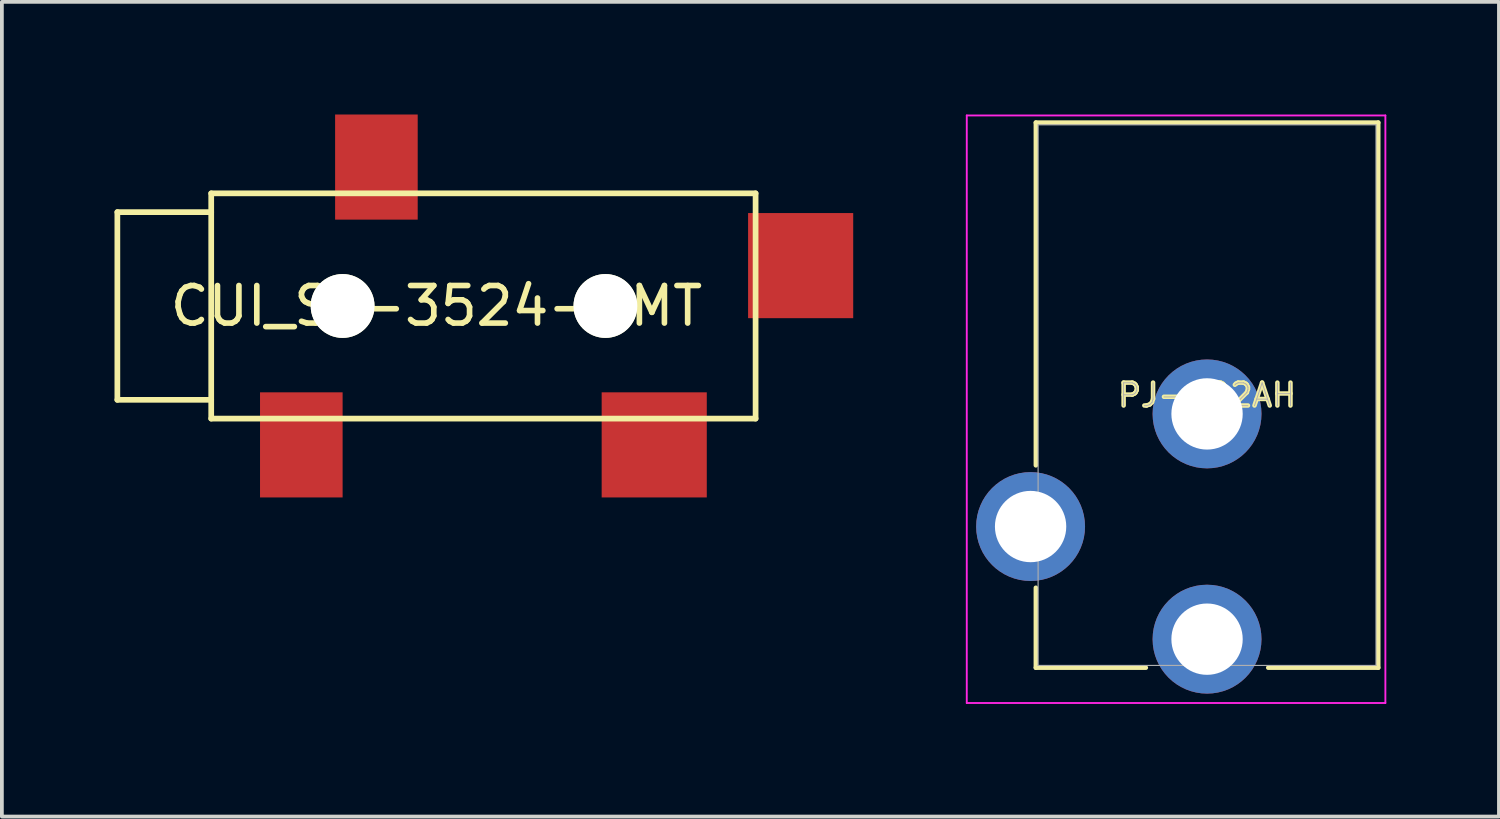
<source format=kicad_pcb>
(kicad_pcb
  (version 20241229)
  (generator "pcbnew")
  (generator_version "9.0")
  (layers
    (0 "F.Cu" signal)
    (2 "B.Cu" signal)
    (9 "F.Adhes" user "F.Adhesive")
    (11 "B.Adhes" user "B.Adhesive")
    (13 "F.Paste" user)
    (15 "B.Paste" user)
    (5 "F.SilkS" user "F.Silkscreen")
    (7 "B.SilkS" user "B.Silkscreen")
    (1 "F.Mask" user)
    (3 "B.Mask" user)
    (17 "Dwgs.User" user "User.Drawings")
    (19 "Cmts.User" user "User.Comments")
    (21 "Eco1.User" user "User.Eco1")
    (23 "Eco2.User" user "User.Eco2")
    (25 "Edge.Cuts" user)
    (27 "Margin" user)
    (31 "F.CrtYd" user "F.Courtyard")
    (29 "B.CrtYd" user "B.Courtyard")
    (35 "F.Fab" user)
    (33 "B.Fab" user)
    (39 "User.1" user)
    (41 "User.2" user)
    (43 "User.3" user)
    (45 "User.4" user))
  (footprint "CUI_SJ-3524-SMT"
    (layer "F.Cu")
    (at 8.576 5.1)
    (property "Reference" "CUI_SJ-3524-SMT" (at 0 0 0) (layer "F.SilkS") (effects (font (size 1 1) (thickness 0.15))))
    (attr through_hole)
    (fp_line (start -8.5 -2.5) (end -8.5 2.5) (stroke (width 0.152) (type solid)) (layer "F.SilkS"))
    (fp_line (start -8.5 2.5) (end -6 2.5) (stroke (width 0.152) (type solid)) (layer "F.SilkS"))
    (fp_line (start -6 -3) (end 8.5 -3) (stroke (width 0.152) (type solid)) (layer "F.SilkS"))
    (fp_line (start -6 -2.5) (end -8.5 -2.5) (stroke (width 0.152) (type solid)) (layer "F.SilkS"))
    (fp_line (start -6 3) (end -6 -3) (stroke (width 0.152) (type solid)) (layer "F.SilkS"))
    (fp_line (start 8.5 -3) (end 8.5 3) (stroke (width 0.152) (type solid)) (layer "F.SilkS"))
    (fp_line (start 8.5 3) (end -6 3) (stroke (width 0.152) (type solid)) (layer "F.SilkS"))
    (pad "" np_thru_hole circle (at -2.5 0) (size 1.7 1.7) (drill 1.7) (layers "*.Cu" "*.Mask" "F.SilkS"))
    (pad "" np_thru_hole circle (at 4.5 0) (size 1.7 1.7) (drill 1.7) (layers "*.Cu" "*.Mask" "F.SilkS"))
    (pad "1" smd rect (at -3.6 3.7) (size 2.2 2.8) (layers "F.Cu" "F.Mask" "F.Paste"))
    (pad "2" smd rect (at 5.8 3.7) (size 2.8 2.8) (layers "F.Cu" "F.Mask" "F.Paste"))
    (pad "3" smd rect (at -1.6 -3.7) (size 2.2 2.8) (layers "F.Cu" "F.Mask" "F.Paste"))
    (pad "4" smd rect (at 9.7 -1.075) (size 2.8 2.8) (layers "F.Cu" "F.Mask" "F.Paste")))
  (footprint "PJ-102AH"
    (layer "F.Cu")
    (at 29.101 7.475)
    (property "Reference" "PJ-102AH" (at 0 0 0) (layer "F.SilkS") (effects (font (size 0.61 0.61) (thickness 0.12))))
    (attr smd)
    (fp_line (start -4.56 -7.26) (end -4.56 1.87) (stroke (width 0.12) (type solid)) (layer "F.SilkS"))
    (fp_line (start -4.56 5.13) (end -4.56 7.26) (stroke (width 0.12) (type solid)) (layer "F.SilkS"))
    (fp_line (start -4.56 7.26) (end -1.63 7.26) (stroke (width 0.12) (type solid)) (layer "F.SilkS"))
    (fp_line (start 1.63 7.26) (end 4.56 7.26) (stroke (width 0.12) (type solid)) (layer "F.SilkS"))
    (fp_line (start 4.56 -7.26) (end -4.56 -7.26) (stroke (width 0.12) (type solid)) (layer "F.SilkS"))
    (fp_line (start 4.56 7.26) (end 4.56 -7.26) (stroke (width 0.12) (type solid)) (layer "F.SilkS"))
    (fp_line (start -6.4 -7.45) (end 4.75 -7.45) (stroke (width 0.05) (type solid)) (layer "F.CrtYd"))
    (fp_line (start -6.4 8.2) (end -6.4 -7.45) (stroke (width 0.05) (type solid)) (layer "F.CrtYd"))
    (fp_line (start 4.75 -7.45) (end 4.75 8.2) (stroke (width 0.05) (type solid)) (layer "F.CrtYd"))
    (fp_line (start 4.75 8.2) (end -6.4 8.2) (stroke (width 0.05) (type solid)) (layer "F.CrtYd"))
    (fp_line (start -4.5 -7.2) (end 4.5 -7.2) (stroke (width 0.03) (type solid)) (layer "F.Fab"))
    (fp_line (start -4.5 7.2) (end -4.5 -7.2) (stroke (width 0.03) (type solid)) (layer "F.Fab"))
    (fp_line (start 4.5 -7.2) (end 4.5 7.2) (stroke (width 0.03) (type solid)) (layer "F.Fab"))
    (fp_line (start 4.5 7.2) (end -4.5 7.2) (stroke (width 0.03) (type solid)) (layer "F.Fab"))
    (fp_text user "${REFERENCE}" (at 0 0 0) (layer "F.Fab") (effects (font (size 0.61 0.61) (thickness 0.025))))
    (pad "1" thru_hole circle (at 0 6.5) (size 2.9 2.9) (drill 1.9) (layers "*.Cu" "*.Mask"))
    (pad "2" thru_hole circle (at 0 0.5) (size 2.9 2.9) (drill 1.9) (layers "*.Cu" "*.Mask"))
    (pad "3" thru_hole circle (at -4.7 3.5) (size 2.9 2.9) (drill 1.9) (layers "*.Cu" "*.Mask")))
  (gr_rect
    (start -3 -3)
    (end 36.876 18.7)
    (stroke (width 0.1) (type default))
    (fill no)
    (layer "Edge.Cuts")))
</source>
